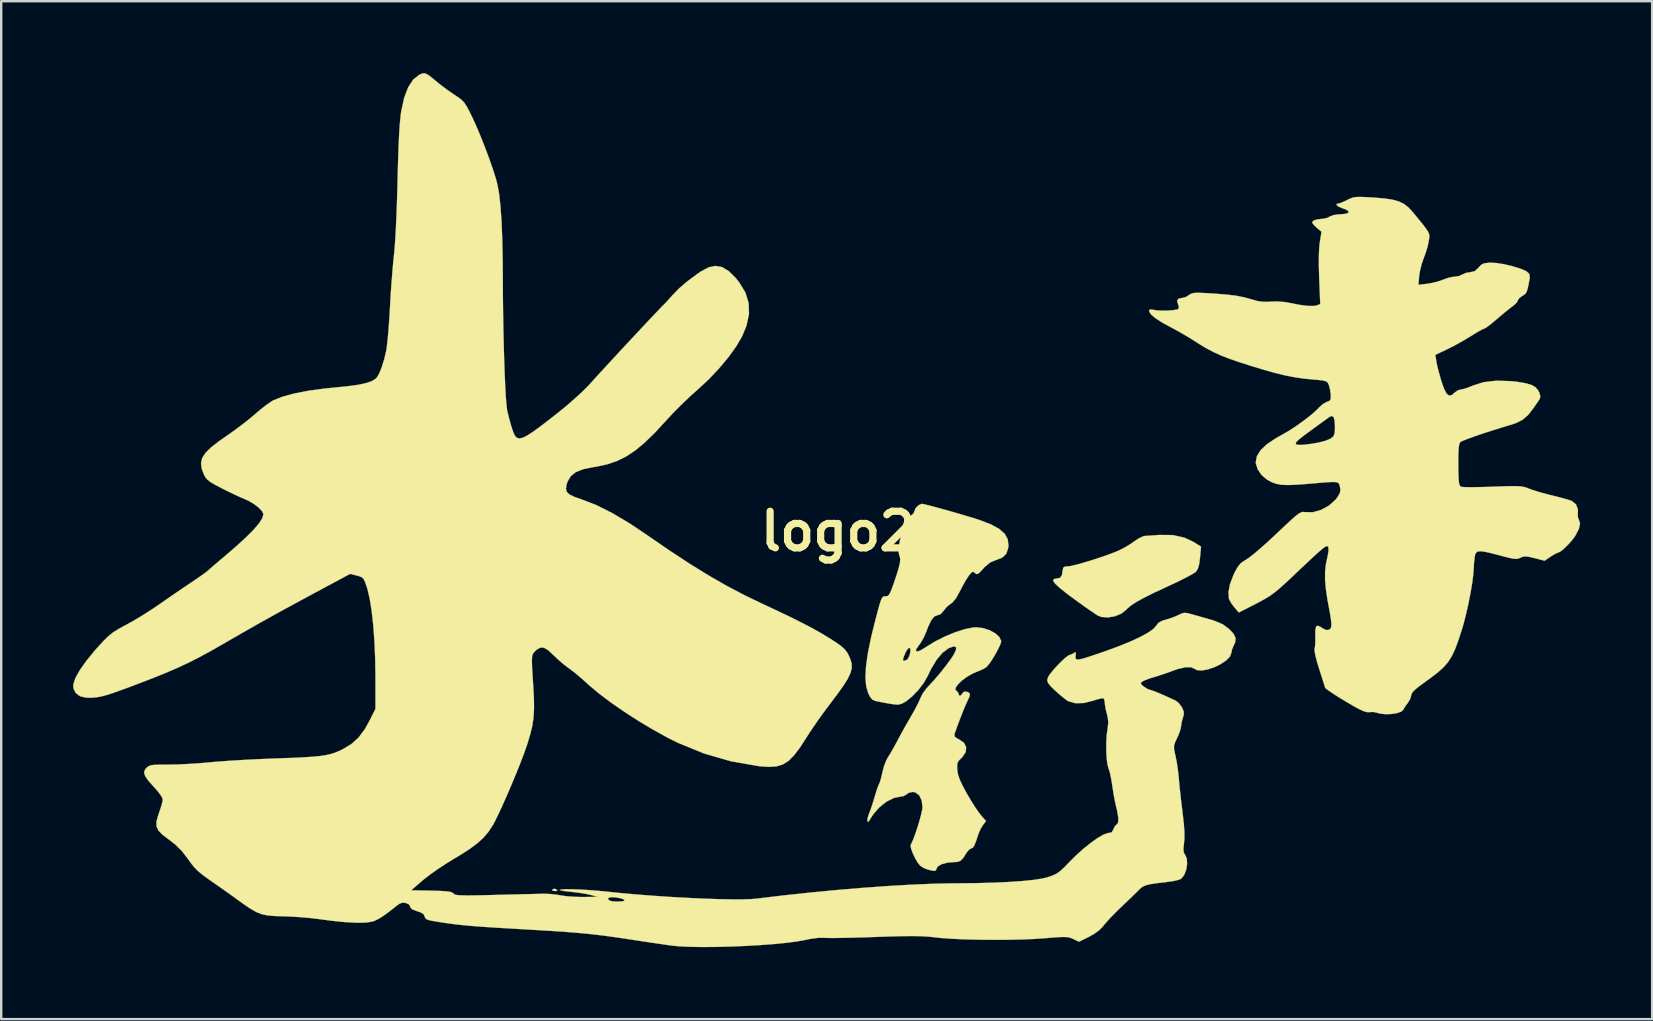
<source format=kicad_pcb>
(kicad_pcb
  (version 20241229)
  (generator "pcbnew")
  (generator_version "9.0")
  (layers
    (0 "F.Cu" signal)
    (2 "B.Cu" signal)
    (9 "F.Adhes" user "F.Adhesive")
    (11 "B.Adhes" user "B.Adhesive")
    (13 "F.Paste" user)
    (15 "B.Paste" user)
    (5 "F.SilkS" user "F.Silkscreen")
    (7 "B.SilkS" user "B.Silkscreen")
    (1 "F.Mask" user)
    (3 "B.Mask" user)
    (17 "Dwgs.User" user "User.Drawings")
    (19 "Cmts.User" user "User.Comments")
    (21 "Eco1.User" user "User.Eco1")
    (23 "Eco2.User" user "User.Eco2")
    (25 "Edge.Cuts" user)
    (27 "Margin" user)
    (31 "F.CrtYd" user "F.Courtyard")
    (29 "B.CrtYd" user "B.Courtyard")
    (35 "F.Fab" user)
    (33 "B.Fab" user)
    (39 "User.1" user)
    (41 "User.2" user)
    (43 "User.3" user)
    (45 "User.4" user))
  (footprint "logo2"
    (layer "F.Cu")
    (at 31.862 19.082)
    (property "Reference" "logo2" (at 0 0 0) (layer "F.SilkS") (effects (font (size 1.524 1.524) (thickness 0.3))))
    (attr through_hole)
    (fp_poly (pts (xy -11.777 14.9) (xy -11.691 14.95) (xy -11.728 14.98) (xy -11.815 14.986) (xy -11.903 14.963) (xy -11.908 14.925) (xy -11.825 14.891) (xy -11.777 14.9)) (stroke (width 0.01) (type solid)) (fill yes) (layer "F.SilkS"))
    (fp_poly (pts (xy 13.939 0.157) (xy 14.428 0.264) (xy 14.815 0.449) (xy 15.12 0.64) (xy 15.078 1.098) (xy 15.041 1.377) (xy 14.988 1.561) (xy 14.908 1.683) (xy 14.9 1.691) (xy 14.799 1.76) (xy 14.604 1.869) (xy 14.335 2.008) (xy 14.014 2.164) (xy 13.691 2.313) (xy 13.166 2.557) (xy 12.75 2.765) (xy 12.43 2.941) (xy 12.198 3.093) (xy 12.04 3.227) (xy 12.002 3.269) (xy 11.801 3.43) (xy 11.531 3.54) (xy 11.238 3.589) (xy 10.966 3.567) (xy 10.831 3.516) (xy 10.714 3.443) (xy 10.519 3.31) (xy 10.268 3.135) (xy 9.986 2.933) (xy 9.862 2.843) (xy 9.485 2.562) (xy 9.212 2.342) (xy 9.039 2.178) (xy 8.962 2.065) (xy 8.976 1.997) (xy 9.077 1.97) (xy 9.114 1.968) (xy 9.25 1.936) (xy 9.326 1.823) (xy 9.357 1.62) (xy 9.383 1.509) (xy 9.469 1.466) (xy 9.575 1.461) (xy 9.721 1.44) (xy 9.958 1.383) (xy 10.259 1.298) (xy 10.599 1.194) (xy 10.948 1.08) (xy 11.281 0.963) (xy 11.571 0.852) (xy 11.7 0.798) (xy 11.958 0.666) (xy 12.224 0.501) (xy 12.329 0.426) (xy 12.516 0.301) (xy 12.688 0.217) (xy 12.772 0.195) (xy 12.91 0.186) (xy 13.128 0.171) (xy 13.378 0.152) (xy 13.38 0.152) (xy 13.939 0.157)) (stroke (width 0.01) (type solid)) (fill yes) (layer "F.SilkS"))
    (fp_poly (pts (xy 3.586 -1.126) (xy 3.779 -1.079) (xy 4.048 -1.008) (xy 4.369 -0.921) (xy 4.717 -0.823) (xy 5.07 -0.721) (xy 5.404 -0.623) (xy 5.697 -0.533) (xy 5.905 -0.466) (xy 6.368 -0.288) (xy 6.711 -0.1) (xy 6.942 0.105) (xy 7.068 0.334) (xy 7.098 0.594) (xy 7.088 0.691) (xy 7.01 0.928) (xy 6.853 1.089) (xy 6.595 1.194) (xy 6.574 1.199) (xy 6.337 1.297) (xy 6.118 1.477) (xy 6.049 1.552) (xy 5.906 1.707) (xy 5.816 1.777) (xy 5.752 1.778) (xy 5.702 1.737) (xy 5.631 1.686) (xy 5.565 1.708) (xy 5.469 1.819) (xy 5.444 1.851) (xy 5.335 2.018) (xy 5.202 2.25) (xy 5.074 2.497) (xy 5.074 2.497) (xy 4.907 2.796) (xy 4.75 2.98) (xy 4.69 3.021) (xy 4.533 3.141) (xy 4.403 3.302) (xy 4.274 3.449) (xy 4.153 3.493) (xy 4.014 3.545) (xy 3.881 3.706) (xy 3.748 3.984) (xy 3.68 4.168) (xy 3.574 4.414) (xy 3.438 4.651) (xy 3.366 4.749) (xy 3.257 4.908) (xy 3.244 4.994) (xy 3.321 5.005) (xy 3.479 4.936) (xy 3.634 4.839) (xy 4.021 4.6) (xy 4.444 4.386) (xy 4.872 4.208) (xy 5.276 4.078) (xy 5.623 4.009) (xy 5.759 4) (xy 6.043 4.034) (xy 6.316 4.123) (xy 6.551 4.252) (xy 6.719 4.405) (xy 6.793 4.566) (xy 6.795 4.588) (xy 6.761 4.707) (xy 6.674 4.895) (xy 6.554 5.118) (xy 6.419 5.341) (xy 6.29 5.53) (xy 6.187 5.65) (xy 6.182 5.655) (xy 6.044 5.739) (xy 5.856 5.822) (xy 5.82 5.835) (xy 5.584 5.937) (xy 5.357 6.071) (xy 5.156 6.221) (xy 4.998 6.372) (xy 4.902 6.506) (xy 4.886 6.607) (xy 4.938 6.652) (xy 5.01 6.73) (xy 5.016 6.768) (xy 5.05 6.849) (xy 5.119 6.835) (xy 5.166 6.763) (xy 5.254 6.677) (xy 5.395 6.694) (xy 5.451 6.723) (xy 5.493 6.779) (xy 5.476 6.879) (xy 5.401 7.042) (xy 5.319 7.22) (xy 5.211 7.479) (xy 5.092 7.783) (xy 4.976 8.092) (xy 4.878 8.367) (xy 4.847 8.462) (xy 4.856 8.554) (xy 4.965 8.635) (xy 5.033 8.666) (xy 5.24 8.804) (xy 5.335 8.988) (xy 5.317 9.195) (xy 5.182 9.402) (xy 5.137 9.445) (xy 5.02 9.562) (xy 4.967 9.672) (xy 4.959 9.828) (xy 4.967 9.946) (xy 4.998 10.134) (xy 5.067 10.342) (xy 5.187 10.599) (xy 5.366 10.93) (xy 5.536 11.217) (xy 5.707 11.488) (xy 5.858 11.709) (xy 5.952 11.83) (xy 6.164 12.071) (xy 6.039 12.231) (xy 5.933 12.404) (xy 5.846 12.61) (xy 5.841 12.625) (xy 5.747 12.911) (xy 5.672 13.092) (xy 5.606 13.185) (xy 5.548 13.208) (xy 5.46 13.258) (xy 5.357 13.382) (xy 5.337 13.414) (xy 5.21 13.613) (xy 5.103 13.724) (xy 4.983 13.771) (xy 4.839 13.78) (xy 4.552 13.803) (xy 4.315 13.867) (xy 4.157 13.96) (xy 4.109 14.035) (xy 4.082 14.114) (xy 4.032 14.146) (xy 3.925 14.135) (xy 3.76 14.098) (xy 3.57 14.026) (xy 3.419 13.93) (xy 3.32 13.808) (xy 3.214 13.627) (xy 3.118 13.424) (xy 3.047 13.236) (xy 3.019 13.101) (xy 3.026 13.065) (xy 3.102 12.907) (xy 3.195 12.666) (xy 3.293 12.378) (xy 3.385 12.077) (xy 3.46 11.8) (xy 3.506 11.583) (xy 3.516 11.493) (xy 3.483 11.213) (xy 3.382 11.001) (xy 3.227 10.88) (xy 3.112 10.858) (xy 2.953 10.891) (xy 2.857 10.954) (xy 2.735 11.029) (xy 2.623 11.049) (xy 2.328 11.106) (xy 2.017 11.262) (xy 1.72 11.498) (xy 1.463 11.792) (xy 1.333 12.001) (xy 1.264 12.098) (xy 1.226 12.092) (xy 1.22 12.007) (xy 1.252 11.864) (xy 1.292 11.758) (xy 1.359 11.58) (xy 1.442 11.331) (xy 1.524 11.064) (xy 1.528 11.049) (xy 1.599 10.814) (xy 1.664 10.625) (xy 1.71 10.518) (xy 1.715 10.509) (xy 1.753 10.417) (xy 1.802 10.24) (xy 1.845 10.044) (xy 1.912 9.789) (xy 2.005 9.549) (xy 2.076 9.418) (xy 2.178 9.254) (xy 2.312 9.021) (xy 2.452 8.764) (xy 2.481 8.709) (xy 2.637 8.417) (xy 2.825 8.08) (xy 3.008 7.761) (xy 3.045 7.698) (xy 3.192 7.439) (xy 3.32 7.194) (xy 3.41 7) (xy 3.433 6.941) (xy 3.522 6.764) (xy 3.668 6.56) (xy 3.771 6.446) (xy 4.01 6.188) (xy 4.268 5.884) (xy 4.515 5.572) (xy 4.721 5.288) (xy 4.819 5.136) (xy 4.914 4.938) (xy 4.914 4.824) (xy 4.822 4.796) (xy 4.638 4.857) (xy 4.583 4.884) (xy 4.346 5.063) (xy 4.105 5.353) (xy 3.872 5.739) (xy 3.73 6.034) (xy 3.571 6.314) (xy 3.346 6.607) (xy 3.089 6.876) (xy 2.834 7.082) (xy 2.733 7.143) (xy 2.642 7.186) (xy 2.554 7.212) (xy 2.447 7.219) (xy 2.296 7.205) (xy 2.079 7.17) (xy 1.773 7.112) (xy 1.565 7.071) (xy 1.433 7.016) (xy 1.328 6.889) (xy 1.256 6.746) (xy 1.171 6.457) (xy 1.14 6.089) (xy 1.163 5.635) (xy 1.202 5.356) (xy 2.701 5.356) (xy 2.74 5.397) (xy 2.756 5.397) (xy 2.869 5.352) (xy 2.904 5.318) (xy 2.973 5.186) (xy 3.012 5.03) (xy 3.012 4.902) (xy 2.988 4.86) (xy 2.914 4.88) (xy 2.823 5.021) (xy 2.732 5.234) (xy 2.701 5.356) (xy 1.202 5.356) (xy 1.24 5.086) (xy 1.372 4.436) (xy 1.501 3.905) (xy 1.607 3.492) (xy 1.689 3.186) (xy 1.752 2.971) (xy 1.803 2.832) (xy 1.847 2.752) (xy 1.892 2.715) (xy 1.943 2.707) (xy 1.968 2.707) (xy 2.05 2.701) (xy 2.114 2.654) (xy 2.177 2.545) (xy 2.254 2.351) (xy 2.308 2.199) (xy 2.441 1.81) (xy 2.529 1.519) (xy 2.577 1.307) (xy 2.589 1.155) (xy 2.568 1.042) (xy 2.549 1) (xy 2.518 0.841) (xy 2.534 0.605) (xy 2.588 0.323) (xy 2.67 0.026) (xy 2.772 -0.252) (xy 2.884 -0.481) (xy 2.996 -0.628) (xy 3.04 -0.658) (xy 3.146 -0.747) (xy 3.175 -0.825) (xy 3.226 -0.957) (xy 3.343 -1.08) (xy 3.475 -1.142) (xy 3.49 -1.143) (xy 3.586 -1.126)) (stroke (width 0.01) (type solid)) (fill yes) (layer "F.SilkS"))
    (fp_poly (pts (xy 22.033 -13.918) (xy 22.264 -13.905) (xy 22.723 -13.869) (xy 23.08 -13.818) (xy 23.357 -13.742) (xy 23.578 -13.634) (xy 23.768 -13.485) (xy 23.939 -13.297) (xy 24.194 -12.987) (xy 24.379 -12.759) (xy 24.505 -12.593) (xy 24.582 -12.472) (xy 24.621 -12.378) (xy 24.631 -12.293) (xy 24.622 -12.198) (xy 24.609 -12.105) (xy 24.56 -11.87) (xy 24.476 -11.593) (xy 24.405 -11.404) (xy 24.309 -11.127) (xy 24.235 -10.824) (xy 24.208 -10.642) (xy 24.174 -10.267) (xy 24.544 -10.311) (xy 24.81 -10.359) (xy 25.078 -10.434) (xy 25.197 -10.479) (xy 25.412 -10.556) (xy 25.619 -10.6) (xy 25.682 -10.604) (xy 25.867 -10.634) (xy 26.007 -10.698) (xy 26.16 -10.766) (xy 26.332 -10.793) (xy 26.518 -10.835) (xy 26.675 -10.976) (xy 26.684 -10.986) (xy 26.79 -11.101) (xy 26.908 -11.161) (xy 27.087 -11.185) (xy 27.18 -11.19) (xy 27.431 -11.175) (xy 27.741 -11.125) (xy 28.07 -11.049) (xy 28.375 -10.958) (xy 28.614 -10.862) (xy 28.688 -10.821) (xy 28.795 -10.721) (xy 28.816 -10.589) (xy 28.807 -10.52) (xy 28.754 -10.234) (xy 28.708 -10.047) (xy 28.657 -9.931) (xy 28.589 -9.858) (xy 28.504 -9.807) (xy 28.377 -9.716) (xy 28.321 -9.627) (xy 28.321 -9.623) (xy 28.273 -9.532) (xy 28.154 -9.418) (xy 28.115 -9.389) (xy 27.974 -9.281) (xy 27.772 -9.118) (xy 27.545 -8.928) (xy 27.448 -8.845) (xy 27.243 -8.672) (xy 27.07 -8.537) (xy 26.953 -8.458) (xy 26.921 -8.445) (xy 26.84 -8.413) (xy 26.682 -8.327) (xy 26.473 -8.201) (xy 26.365 -8.133) (xy 26.064 -7.952) (xy 25.723 -7.762) (xy 25.411 -7.602) (xy 25.378 -7.586) (xy 24.88 -7.35) (xy 24.921 -7.077) (xy 24.959 -6.889) (xy 25.025 -6.628) (xy 25.106 -6.34) (xy 25.135 -6.243) (xy 25.246 -5.93) (xy 25.349 -5.735) (xy 25.454 -5.653) (xy 25.568 -5.675) (xy 25.683 -5.776) (xy 25.822 -5.874) (xy 25.942 -5.905) (xy 26.074 -5.931) (xy 26.272 -5.998) (xy 26.441 -6.069) (xy 26.889 -6.212) (xy 27.427 -6.274) (xy 28.046 -6.254) (xy 28.281 -6.228) (xy 28.635 -6.169) (xy 28.886 -6.097) (xy 29.055 -6) (xy 29.167 -5.866) (xy 29.211 -5.776) (xy 29.255 -5.622) (xy 29.223 -5.502) (xy 29.186 -5.446) (xy 29.07 -5.28) (xy 28.976 -5.144) (xy 28.748 -4.848) (xy 28.511 -4.644) (xy 28.226 -4.502) (xy 28.037 -4.44) (xy 27.639 -4.321) (xy 27.239 -4.196) (xy 26.858 -4.072) (xy 26.516 -3.956) (xy 26.233 -3.853) (xy 26.029 -3.772) (xy 25.924 -3.72) (xy 25.919 -3.716) (xy 25.878 -3.632) (xy 25.852 -3.463) (xy 25.839 -3.194) (xy 25.836 -2.914) (xy 25.839 -2.532) (xy 25.846 -2.258) (xy 25.859 -2.072) (xy 25.88 -1.955) (xy 25.912 -1.888) (xy 25.949 -1.855) (xy 26.033 -1.843) (xy 26.223 -1.837) (xy 26.498 -1.838) (xy 26.837 -1.844) (xy 27.219 -1.855) (xy 27.251 -1.857) (xy 27.681 -1.872) (xy 28.004 -1.881) (xy 28.243 -1.881) (xy 28.419 -1.872) (xy 28.552 -1.852) (xy 28.664 -1.822) (xy 28.776 -1.778) (xy 28.779 -1.776) (xy 28.971 -1.707) (xy 29.244 -1.624) (xy 29.555 -1.539) (xy 29.742 -1.493) (xy 30.033 -1.421) (xy 30.292 -1.351) (xy 30.485 -1.293) (xy 30.563 -1.264) (xy 30.739 -1.12) (xy 30.821 -0.909) (xy 30.815 -0.741) (xy 30.818 -0.58) (xy 30.861 -0.477) (xy 30.908 -0.324) (xy 30.861 -0.104) (xy 30.723 0.166) (xy 30.698 0.206) (xy 30.564 0.385) (xy 30.398 0.569) (xy 30.229 0.733) (xy 30.084 0.848) (xy 29.997 0.887) (xy 29.906 0.922) (xy 29.756 1.007) (xy 29.679 1.057) (xy 29.432 1.226) (xy 29.015 1.119) (xy 28.78 1.063) (xy 28.626 1.045) (xy 28.513 1.063) (xy 28.425 1.101) (xy 28.338 1.138) (xy 28.239 1.151) (xy 28.102 1.137) (xy 27.9 1.093) (xy 27.606 1.017) (xy 27.572 1.008) (xy 27.201 0.911) (xy 26.933 0.851) (xy 26.75 0.83) (xy 26.635 0.847) (xy 26.568 0.904) (xy 26.532 1.003) (xy 26.52 1.064) (xy 26.492 1.299) (xy 26.48 1.533) (xy 26.48 1.535) (xy 26.463 1.793) (xy 26.418 2.141) (xy 26.349 2.549) (xy 26.264 2.985) (xy 26.168 3.417) (xy 26.068 3.813) (xy 26.001 4.045) (xy 25.847 4.522) (xy 25.708 4.9) (xy 25.566 5.202) (xy 25.406 5.453) (xy 25.211 5.676) (xy 24.965 5.894) (xy 24.651 6.133) (xy 24.475 6.259) (xy 24.199 6.462) (xy 24.017 6.612) (xy 23.914 6.725) (xy 23.877 6.814) (xy 23.876 6.83) (xy 23.837 6.976) (xy 23.74 7.139) (xy 23.728 7.155) (xy 23.618 7.303) (xy 23.547 7.427) (xy 23.543 7.436) (xy 23.454 7.516) (xy 23.275 7.576) (xy 23.044 7.612) (xy 22.797 7.619) (xy 22.569 7.593) (xy 22.447 7.557) (xy 22.291 7.526) (xy 22.13 7.533) (xy 22.032 7.533) (xy 21.906 7.499) (xy 21.733 7.421) (xy 21.494 7.293) (xy 21.171 7.104) (xy 21.125 7.077) (xy 20.838 6.901) (xy 20.593 6.744) (xy 20.409 6.618) (xy 20.305 6.537) (xy 20.29 6.518) (xy 20.264 6.432) (xy 20.207 6.251) (xy 20.128 6.003) (xy 20.038 5.722) (xy 19.946 5.419) (xy 19.881 5.162) (xy 19.848 4.978) (xy 19.85 4.897) (xy 19.87 4.783) (xy 19.881 4.587) (xy 19.879 4.366) (xy 19.881 4.11) (xy 19.913 3.969) (xy 19.985 3.932) (xy 20.106 3.988) (xy 20.165 4.03) (xy 20.336 4.116) (xy 20.472 4.098) (xy 20.542 4.001) (xy 20.55 3.88) (xy 20.532 3.675) (xy 20.494 3.428) (xy 20.485 3.382) (xy 20.384 2.835) (xy 20.318 2.386) (xy 20.286 2.008) (xy 20.288 1.677) (xy 20.322 1.368) (xy 20.388 1.057) (xy 20.394 1.034) (xy 20.428 0.845) (xy 20.43 0.695) (xy 20.423 0.664) (xy 20.401 0.626) (xy 20.366 0.614) (xy 20.306 0.636) (xy 20.21 0.702) (xy 20.07 0.819) (xy 19.872 0.996) (xy 19.608 1.242) (xy 19.265 1.565) (xy 19.152 1.672) (xy 18.812 1.994) (xy 18.541 2.244) (xy 18.321 2.437) (xy 18.129 2.589) (xy 17.946 2.717) (xy 17.749 2.835) (xy 17.518 2.96) (xy 17.282 3.082) (xy 16.693 3.383) (xy 16.507 3.168) (xy 16.382 3.001) (xy 16.295 2.844) (xy 16.281 2.806) (xy 16.262 2.536) (xy 16.327 2.197) (xy 16.474 1.813) (xy 16.509 1.738) (xy 16.639 1.499) (xy 16.762 1.343) (xy 16.911 1.231) (xy 16.987 1.19) (xy 17.117 1.103) (xy 17.319 0.944) (xy 17.575 0.727) (xy 17.867 0.468) (xy 18.176 0.183) (xy 18.258 0.105) (xy 18.586 -0.205) (xy 18.836 -0.438) (xy 19.022 -0.604) (xy 19.159 -0.713) (xy 19.26 -0.776) (xy 19.339 -0.804) (xy 19.41 -0.806) (xy 19.467 -0.797) (xy 19.787 -0.796) (xy 20.126 -0.893) (xy 20.449 -1.071) (xy 20.721 -1.315) (xy 20.809 -1.43) (xy 20.906 -1.601) (xy 20.925 -1.748) (xy 20.905 -1.857) (xy 20.885 -1.934) (xy 20.861 -1.99) (xy 20.816 -2.028) (xy 20.733 -2.049) (xy 20.596 -2.054) (xy 20.387 -2.044) (xy 20.091 -2.021) (xy 19.691 -1.987) (xy 19.526 -1.972) (xy 19.082 -1.939) (xy 18.738 -1.927) (xy 18.47 -1.938) (xy 18.254 -1.977) (xy 18.065 -2.046) (xy 17.877 -2.147) (xy 17.859 -2.158) (xy 17.641 -2.344) (xy 17.479 -2.583) (xy 17.402 -2.831) (xy 17.399 -2.882) (xy 17.449 -3.133) (xy 17.601 -3.379) (xy 17.864 -3.626) (xy 17.92 -3.664) (xy 19.061 -3.664) (xy 19.085 -3.623) (xy 19.122 -3.606) (xy 19.247 -3.597) (xy 19.458 -3.611) (xy 19.714 -3.644) (xy 19.977 -3.689) (xy 20.21 -3.743) (xy 20.317 -3.776) (xy 20.521 -3.861) (xy 20.636 -3.956) (xy 20.687 -4.1) (xy 20.699 -4.33) (xy 20.699 -4.35) (xy 20.684 -4.616) (xy 20.637 -4.766) (xy 20.555 -4.804) (xy 20.46 -4.758) (xy 20.361 -4.686) (xy 20.185 -4.558) (xy 19.955 -4.392) (xy 19.698 -4.205) (xy 19.693 -4.201) (xy 19.404 -3.988) (xy 19.21 -3.836) (xy 19.099 -3.731) (xy 19.061 -3.664) (xy 17.92 -3.664) (xy 18.242 -3.88) (xy 18.502 -4.025) (xy 18.799 -4.198) (xy 19.122 -4.411) (xy 19.442 -4.641) (xy 19.729 -4.867) (xy 19.951 -5.066) (xy 20.032 -5.153) (xy 20.184 -5.293) (xy 20.346 -5.386) (xy 20.368 -5.393) (xy 20.481 -5.439) (xy 20.525 -5.52) (xy 20.525 -5.681) (xy 20.524 -5.689) (xy 20.495 -5.902) (xy 20.445 -6.091) (xy 20.439 -6.107) (xy 20.399 -6.189) (xy 20.338 -6.242) (xy 20.228 -6.276) (xy 20.042 -6.301) (xy 19.822 -6.32) (xy 19.412 -6.359) (xy 19.024 -6.415) (xy 18.629 -6.492) (xy 18.197 -6.598) (xy 17.697 -6.739) (xy 17.289 -6.863) (xy 16.757 -7.031) (xy 16.322 -7.18) (xy 15.959 -7.321) (xy 15.642 -7.465) (xy 15.344 -7.622) (xy 15.039 -7.805) (xy 14.886 -7.904) (xy 14.583 -8.093) (xy 14.248 -8.289) (xy 13.939 -8.459) (xy 13.848 -8.506) (xy 13.492 -8.7) (xy 13.216 -8.881) (xy 13.033 -9.038) (xy 12.956 -9.164) (xy 12.954 -9.183) (xy 12.985 -9.241) (xy 13.097 -9.233) (xy 13.129 -9.225) (xy 13.29 -9.2) (xy 13.511 -9.19) (xy 13.75 -9.195) (xy 13.969 -9.212) (xy 14.127 -9.24) (xy 14.179 -9.264) (xy 14.197 -9.362) (xy 14.163 -9.456) (xy 14.121 -9.607) (xy 14.188 -9.694) (xy 14.314 -9.716) (xy 14.47 -9.754) (xy 14.616 -9.838) (xy 14.684 -9.885) (xy 14.761 -9.916) (xy 14.871 -9.932) (xy 15.034 -9.935) (xy 15.274 -9.925) (xy 15.613 -9.905) (xy 15.72 -9.898) (xy 16.203 -9.859) (xy 16.588 -9.812) (xy 16.905 -9.75) (xy 17.145 -9.683) (xy 17.447 -9.597) (xy 17.693 -9.559) (xy 17.941 -9.561) (xy 18.006 -9.567) (xy 18.306 -9.574) (xy 18.616 -9.549) (xy 18.737 -9.528) (xy 19.192 -9.438) (xy 19.555 -9.39) (xy 19.817 -9.386) (xy 19.933 -9.408) (xy 20.085 -9.466) (xy 20.042 -10.537) (xy 20.027 -11.083) (xy 20.03 -11.542) (xy 20.05 -11.9) (xy 20.068 -12.043) (xy 20.138 -12.478) (xy 19.943 -12.641) (xy 19.819 -12.761) (xy 19.752 -12.855) (xy 19.748 -12.872) (xy 19.806 -12.94) (xy 19.957 -12.992) (xy 20.166 -13.016) (xy 20.197 -13.017) (xy 20.374 -13.054) (xy 20.482 -13.111) (xy 20.625 -13.169) (xy 20.84 -13.202) (xy 20.939 -13.206) (xy 21.16 -13.226) (xy 21.265 -13.275) (xy 21.252 -13.344) (xy 21.117 -13.421) (xy 21.018 -13.454) (xy 20.861 -13.518) (xy 20.772 -13.585) (xy 20.768 -13.636) (xy 20.844 -13.652) (xy 20.944 -13.68) (xy 21.108 -13.751) (xy 21.21 -13.802) (xy 21.338 -13.864) (xy 21.454 -13.905) (xy 21.589 -13.925) (xy 21.773 -13.929) (xy 22.033 -13.918)) (stroke (width 0.01) (type solid)) (fill yes) (layer "F.SilkS"))
    (fp_poly (pts (xy -17.195 -19.073) (xy -17.054 -18.998) (xy -16.854 -18.841) (xy -16.806 -18.799) (xy -16.563 -18.601) (xy -16.274 -18.384) (xy -16.004 -18.198) (xy -15.81 -18.069) (xy -15.67 -17.959) (xy -15.56 -17.838) (xy -15.457 -17.677) (xy -15.338 -17.449) (xy -15.245 -17.259) (xy -15.075 -16.89) (xy -14.893 -16.458) (xy -14.709 -15.994) (xy -14.535 -15.529) (xy -14.382 -15.091) (xy -14.262 -14.713) (xy -14.193 -14.456) (xy -14.122 -14.061) (xy -14.064 -13.546) (xy -14.02 -12.912) (xy -13.989 -12.156) (xy -13.971 -11.276) (xy -13.966 -10.579) (xy -13.963 -9.858) (xy -13.955 -9.137) (xy -13.943 -8.432) (xy -13.927 -7.756) (xy -13.909 -7.122) (xy -13.888 -6.544) (xy -13.865 -6.034) (xy -13.841 -5.608) (xy -13.815 -5.278) (xy -13.789 -5.057) (xy -13.781 -5.016) (xy -13.718 -4.755) (xy -13.636 -4.455) (xy -13.579 -4.27) (xy -13.518 -4.096) (xy -13.453 -3.968) (xy -13.372 -3.89) (xy -13.267 -3.867) (xy -13.125 -3.901) (xy -12.936 -3.997) (xy -12.689 -4.158) (xy -12.374 -4.39) (xy -11.979 -4.694) (xy -11.62 -4.976) (xy -11.293 -5.244) (xy -10.962 -5.533) (xy -10.657 -5.813) (xy -10.409 -6.059) (xy -10.319 -6.157) (xy -10.174 -6.319) (xy -9.968 -6.545) (xy -9.714 -6.821) (xy -9.424 -7.136) (xy -9.111 -7.474) (xy -8.787 -7.823) (xy -8.464 -8.169) (xy -8.156 -8.499) (xy -7.874 -8.799) (xy -7.632 -9.056) (xy -7.441 -9.256) (xy -7.315 -9.387) (xy -7.27 -9.43) (xy -7.192 -9.509) (xy -7.061 -9.652) (xy -6.924 -9.808) (xy -6.645 -10.099) (xy -6.306 -10.392) (xy -5.884 -10.707) (xy -5.724 -10.817) (xy -5.406 -10.991) (xy -5.114 -11.055) (xy -4.835 -11.007) (xy -4.559 -10.843) (xy -4.272 -10.56) (xy -4.117 -10.367) (xy -3.86 -9.944) (xy -3.725 -9.507) (xy -3.711 -9.048) (xy -3.816 -8.561) (xy -3.999 -8.121) (xy -4.237 -7.712) (xy -4.561 -7.261) (xy -4.948 -6.796) (xy -5.375 -6.343) (xy -5.82 -5.929) (xy -5.843 -5.909) (xy -6.17 -5.617) (xy -6.529 -5.273) (xy -6.876 -4.923) (xy -7.146 -4.633) (xy -7.619 -4.12) (xy -8.044 -3.704) (xy -8.439 -3.375) (xy -8.822 -3.12) (xy -9.209 -2.929) (xy -9.62 -2.79) (xy -10.071 -2.692) (xy -10.215 -2.669) (xy -10.622 -2.586) (xy -10.922 -2.467) (xy -11.131 -2.301) (xy -11.266 -2.077) (xy -11.309 -1.948) (xy -11.337 -1.775) (xy -11.303 -1.642) (xy -11.192 -1.534) (xy -10.986 -1.434) (xy -10.7 -1.334) (xy -10.086 -1.098) (xy -9.409 -0.76) (xy -8.665 -0.317) (xy -7.938 0.171) (xy -7.025 0.799) (xy -6.185 1.351) (xy -5.397 1.837) (xy -4.643 2.27) (xy -3.903 2.66) (xy -3.175 3.011) (xy -2.514 3.32) (xy -1.954 3.588) (xy -1.478 3.826) (xy -1.068 4.041) (xy -0.708 4.243) (xy -0.381 4.44) (xy -0.349 4.46) (xy -0.058 4.648) (xy 0.145 4.795) (xy 0.283 4.923) (xy 0.379 5.052) (xy 0.429 5.141) (xy 0.517 5.34) (xy 0.566 5.522) (xy 0.568 5.704) (xy 0.517 5.903) (xy 0.409 6.133) (xy 0.236 6.412) (xy -0.008 6.755) (xy -0.327 7.178) (xy -0.335 7.188) (xy -0.584 7.521) (xy -0.842 7.881) (xy -1.081 8.227) (xy -1.274 8.521) (xy -1.304 8.57) (xy -1.582 9) (xy -1.828 9.327) (xy -2.06 9.56) (xy -2.297 9.711) (xy -2.56 9.792) (xy -2.866 9.815) (xy -3.236 9.791) (xy -3.317 9.781) (xy -4.465 9.579) (xy -5.588 9.255) (xy -6.673 8.811) (xy -7.08 8.609) (xy -7.688 8.274) (xy -8.304 7.906) (xy -8.905 7.518) (xy -9.467 7.129) (xy -9.967 6.752) (xy -10.38 6.406) (xy -10.477 6.316) (xy -10.712 6.105) (xy -10.958 5.899) (xy -11.172 5.736) (xy -11.208 5.711) (xy -11.423 5.549) (xy -11.666 5.341) (xy -11.853 5.162) (xy -12.076 4.955) (xy -12.253 4.851) (xy -12.404 4.845) (xy -12.552 4.93) (xy -12.608 4.982) (xy -12.665 5.04) (xy -12.708 5.096) (xy -12.736 5.166) (xy -12.751 5.27) (xy -12.754 5.425) (xy -12.747 5.65) (xy -12.729 5.963) (xy -12.703 6.381) (xy -12.698 6.456) (xy -12.671 6.968) (xy -12.666 7.388) (xy -12.686 7.751) (xy -12.736 8.092) (xy -12.82 8.444) (xy -12.94 8.843) (xy -12.989 8.991) (xy -13.104 9.313) (xy -13.254 9.702) (xy -13.428 10.135) (xy -13.617 10.588) (xy -13.811 11.037) (xy -13.998 11.457) (xy -14.168 11.823) (xy -14.311 12.112) (xy -14.39 12.255) (xy -14.569 12.526) (xy -14.778 12.77) (xy -15.037 13.005) (xy -15.366 13.247) (xy -15.785 13.513) (xy -15.988 13.634) (xy -16.332 13.846) (xy -16.684 14.078) (xy -17.006 14.306) (xy -17.261 14.504) (xy -17.306 14.541) (xy -17.781 14.954) (xy -16.939 14.971) (xy -16.582 14.981) (xy -16.331 14.996) (xy -16.167 15.018) (xy -16.069 15.05) (xy -16.022 15.089) (xy -15.987 15.12) (xy -15.926 15.143) (xy -15.822 15.158) (xy -15.663 15.167) (xy -15.432 15.17) (xy -15.116 15.167) (xy -14.699 15.159) (xy -14.275 15.148) (xy -13.806 15.137) (xy -13.36 15.126) (xy -12.959 15.116) (xy -12.625 15.108) (xy -12.377 15.102) (xy -12.255 15.099) (xy -11.973 15.11) (xy -11.672 15.146) (xy -11.564 15.166) (xy -11.342 15.199) (xy -11.045 15.223) (xy -10.726 15.234) (xy -10.612 15.234) (xy -10.001 15.228) (xy -10.319 15.145) (xy -10.546 15.097) (xy -10.837 15.052) (xy -11.13 15.018) (xy -11.133 15.018) (xy -11.36 14.993) (xy -11.523 14.967) (xy -11.595 14.944) (xy -11.594 14.939) (xy -11.508 14.918) (xy -11.317 14.91) (xy -11.042 14.913) (xy -10.705 14.926) (xy -10.327 14.95) (xy -9.93 14.982) (xy -9.588 15.016) (xy -8.973 15.079) (xy -8.317 15.136) (xy -7.637 15.188) (xy -6.95 15.233) (xy -6.274 15.271) (xy -5.625 15.301) (xy -5.019 15.322) (xy -4.475 15.333) (xy -4.009 15.334) (xy -3.637 15.323) (xy -3.406 15.304) (xy -2.312 15.173) (xy -1.202 15.054) (xy -0.094 14.947) (xy 0.992 14.856) (xy 2.036 14.78) (xy 3.018 14.723) (xy 3.919 14.684) (xy 4.719 14.666) (xy 4.893 14.665) (xy 5.708 14.658) (xy 6.453 14.638) (xy 7.118 14.608) (xy 7.693 14.568) (xy 8.169 14.519) (xy 8.535 14.46) (xy 8.725 14.413) (xy 8.938 14.34) (xy 9.105 14.261) (xy 9.259 14.15) (xy 9.435 13.986) (xy 9.614 13.799) (xy 9.908 13.506) (xy 10.217 13.229) (xy 10.521 12.984) (xy 10.802 12.783) (xy 11.039 12.643) (xy 11.214 12.576) (xy 11.248 12.573) (xy 11.393 12.543) (xy 11.462 12.435) (xy 11.466 12.419) (xy 11.529 12.287) (xy 11.594 12.23) (xy 11.666 12.136) (xy 11.675 11.934) (xy 11.622 11.627) (xy 11.589 11.493) (xy 11.535 11.257) (xy 11.478 10.954) (xy 11.43 10.646) (xy 11.424 10.604) (xy 11.381 10.33) (xy 11.329 10.081) (xy 11.277 9.904) (xy 11.265 9.874) (xy 11.219 9.701) (xy 11.187 9.438) (xy 11.172 9.122) (xy 11.173 8.788) (xy 11.192 8.474) (xy 11.227 8.229) (xy 11.258 7.949) (xy 11.221 7.69) (xy 11.202 7.625) (xy 11.148 7.411) (xy 11.116 7.217) (xy 11.113 7.163) (xy 11.094 7.025) (xy 11.058 6.959) (xy 10.973 6.96) (xy 10.809 6.999) (xy 10.647 7.05) (xy 10.243 7.153) (xy 9.889 7.163) (xy 9.601 7.082) (xy 9.557 7.058) (xy 9.413 6.954) (xy 9.222 6.796) (xy 9.025 6.619) (xy 8.847 6.444) (xy 8.75 6.322) (xy 8.715 6.225) (xy 8.726 6.125) (xy 8.788 6.006) (xy 8.915 5.838) (xy 9.083 5.646) (xy 9.267 5.455) (xy 9.442 5.29) (xy 9.585 5.178) (xy 9.664 5.144) (xy 9.785 5.102) (xy 9.835 5.064) (xy 9.89 5.031) (xy 9.902 5.095) (xy 9.896 5.175) (xy 9.89 5.259) (xy 9.905 5.316) (xy 9.955 5.342) (xy 10.055 5.337) (xy 10.22 5.298) (xy 10.465 5.222) (xy 10.804 5.108) (xy 11.113 5.002) (xy 11.671 4.798) (xy 12.165 4.597) (xy 12.582 4.404) (xy 12.91 4.224) (xy 13.138 4.064) (xy 13.255 3.929) (xy 13.255 3.929) (xy 13.354 3.803) (xy 13.529 3.718) (xy 13.636 3.687) (xy 13.88 3.612) (xy 14.12 3.517) (xy 14.18 3.488) (xy 14.311 3.425) (xy 14.416 3.397) (xy 14.537 3.405) (xy 14.715 3.45) (xy 14.847 3.488) (xy 15.137 3.571) (xy 15.445 3.659) (xy 15.642 3.714) (xy 16.022 3.872) (xy 16.293 4.075) (xy 16.479 4.275) (xy 16.56 4.448) (xy 16.544 4.623) (xy 16.478 4.763) (xy 16.409 4.93) (xy 16.385 5.059) (xy 16.325 5.218) (xy 16.17 5.378) (xy 15.947 5.529) (xy 15.686 5.658) (xy 15.414 5.751) (xy 15.161 5.798) (xy 14.954 5.785) (xy 14.845 5.726) (xy 14.695 5.661) (xy 14.458 5.666) (xy 14.151 5.738) (xy 13.955 5.807) (xy 13.67 5.911) (xy 13.36 6.014) (xy 13.176 6.07) (xy 12.954 6.139) (xy 12.769 6.21) (xy 12.681 6.256) (xy 12.612 6.316) (xy 12.626 6.374) (xy 12.733 6.467) (xy 12.737 6.47) (xy 12.875 6.562) (xy 12.982 6.604) (xy 12.987 6.604) (xy 13.082 6.63) (xy 13.268 6.701) (xy 13.52 6.808) (xy 13.816 6.941) (xy 14.075 7.062) (xy 14.197 7.161) (xy 14.314 7.317) (xy 14.327 7.34) (xy 14.399 7.507) (xy 14.4 7.649) (xy 14.364 7.766) (xy 14.311 7.955) (xy 14.288 8.121) (xy 14.287 8.126) (xy 14.26 8.264) (xy 14.19 8.461) (xy 14.123 8.611) (xy 14.035 8.798) (xy 13.994 8.935) (xy 13.996 9.072) (xy 14.034 9.263) (xy 14.055 9.347) (xy 14.107 9.613) (xy 14.156 9.939) (xy 14.191 10.259) (xy 14.193 10.287) (xy 14.218 10.562) (xy 14.255 10.917) (xy 14.3 11.31) (xy 14.347 11.693) (xy 14.35 11.716) (xy 14.403 12.183) (xy 14.428 12.548) (xy 14.426 12.835) (xy 14.411 12.985) (xy 14.387 13.219) (xy 14.397 13.365) (xy 14.443 13.459) (xy 14.45 13.466) (xy 14.526 13.633) (xy 14.54 13.862) (xy 14.5 14.108) (xy 14.413 14.327) (xy 14.289 14.475) (xy 14.265 14.49) (xy 14.136 14.533) (xy 13.925 14.577) (xy 13.674 14.613) (xy 13.652 14.616) (xy 13.29 14.658) (xy 13.029 14.697) (xy 12.846 14.738) (xy 12.717 14.789) (xy 12.617 14.857) (xy 12.535 14.934) (xy 12.398 15.071) (xy 12.207 15.257) (xy 11.999 15.456) (xy 11.97 15.483) (xy 11.602 15.838) (xy 11.319 16.126) (xy 11.108 16.362) (xy 10.999 16.5) (xy 10.866 16.628) (xy 10.662 16.773) (xy 10.445 16.896) (xy 10.036 17.097) (xy 9.796 16.984) (xy 9.695 16.94) (xy 9.591 16.913) (xy 9.462 16.9) (xy 9.282 16.902) (xy 9.027 16.918) (xy 8.675 16.947) (xy 8.604 16.953) (xy 8.148 16.984) (xy 7.612 17.005) (xy 7.026 17.016) (xy 6.415 17.019) (xy 5.807 17.012) (xy 5.229 16.997) (xy 4.708 16.973) (xy 4.271 16.941) (xy 4.064 16.918) (xy 3.831 16.892) (xy 3.587 16.874) (xy 3.312 16.864) (xy 2.987 16.862) (xy 2.593 16.867) (xy 2.109 16.88) (xy 1.556 16.899) (xy 1.069 16.916) (xy 0.611 16.928) (xy 0.2 16.937) (xy -0.145 16.942) (xy -0.404 16.941) (xy -0.558 16.936) (xy -0.572 16.935) (xy -0.811 16.934) (xy -1.122 16.972) (xy -1.365 17.022) (xy -1.704 17.085) (xy -2.147 17.143) (xy -2.67 17.194) (xy -3.251 17.238) (xy -3.866 17.273) (xy -4.492 17.299) (xy -5.107 17.314) (xy -5.686 17.318) (xy -6.207 17.309) (xy -6.646 17.287) (xy -6.89 17.263) (xy -7.098 17.235) (xy -7.401 17.191) (xy -7.771 17.137) (xy -8.177 17.076) (xy -8.541 17.021) (xy -9.024 16.947) (xy -9.452 16.886) (xy -9.845 16.833) (xy -10.225 16.788) (xy -10.611 16.749) (xy -11.025 16.713) (xy -11.486 16.678) (xy -12.017 16.643) (xy -12.637 16.606) (xy -13.215 16.572) (xy -13.877 16.534) (xy -14.43 16.5) (xy -14.894 16.468) (xy -15.287 16.438) (xy -15.628 16.406) (xy -15.936 16.373) (xy -16.23 16.335) (xy -16.527 16.291) (xy -16.776 16.251) (xy -17.008 16.208) (xy -17.141 16.163) (xy -17.204 16.104) (xy -17.221 16.046) (xy -17.272 15.946) (xy -17.408 15.868) (xy -17.535 15.828) (xy -17.734 15.753) (xy -17.817 15.671) (xy -17.82 15.641) (xy -17.871 15.546) (xy -17.999 15.486) (xy -18.143 15.468) (xy -18.276 15.517) (xy -18.4 15.607) (xy -18.711 15.853) (xy -18.951 16.028) (xy -19.141 16.147) (xy -19.304 16.224) (xy -19.416 16.261) (xy -19.676 16.3) (xy -20.048 16.307) (xy -20.521 16.282) (xy -21.085 16.226) (xy -21.59 16.158) (xy -21.971 16.112) (xy -22.415 16.073) (xy -22.855 16.046) (xy -23.114 16.038) (xy -23.487 16.026) (xy -23.777 16) (xy -24.02 15.947) (xy -24.246 15.856) (xy -24.49 15.716) (xy -24.785 15.514) (xy -24.959 15.388) (xy -25.041 15.328) (xy -9.585 15.328) (xy -9.509 15.388) (xy -9.386 15.415) (xy -9.217 15.425) (xy -9.048 15.419) (xy -8.925 15.4) (xy -8.89 15.375) (xy -8.947 15.326) (xy -9.09 15.281) (xy -9.28 15.249) (xy -9.438 15.24) (xy -9.558 15.267) (xy -9.585 15.328) (xy -25.041 15.328) (xy -25.229 15.193) (xy -25.556 14.96) (xy -25.894 14.723) (xy -26.113 14.571) (xy -26.416 14.356) (xy -26.64 14.175) (xy -26.816 14.001) (xy -26.974 13.804) (xy -27.08 13.653) (xy -27.335 13.318) (xy -27.615 13.043) (xy -27.877 12.841) (xy -28.146 12.637) (xy -28.314 12.464) (xy -28.393 12.292) (xy -28.393 12.093) (xy -28.324 11.836) (xy -28.281 11.713) (xy -28.205 11.483) (xy -28.15 11.287) (xy -28.131 11.168) (xy -28.172 11.064) (xy -28.284 10.901) (xy -28.444 10.71) (xy -28.502 10.647) (xy -28.727 10.396) (xy -28.861 10.206) (xy -28.909 10.06) (xy -28.879 9.939) (xy -28.802 9.847) (xy -28.729 9.79) (xy -28.637 9.752) (xy -28.502 9.731) (xy -28.296 9.722) (xy -27.993 9.721) (xy -27.936 9.721) (xy -27.605 9.716) (xy -27.194 9.699) (xy -26.746 9.672) (xy -26.307 9.637) (xy -26.162 9.623) (xy -25.796 9.592) (xy -25.336 9.559) (xy -24.814 9.527) (xy -24.264 9.498) (xy -23.718 9.474) (xy -23.4 9.462) (xy -22.804 9.441) (xy -22.318 9.419) (xy -21.925 9.394) (xy -21.61 9.365) (xy -21.354 9.328) (xy -21.142 9.281) (xy -20.956 9.222) (xy -20.78 9.15) (xy -20.638 9.081) (xy -20.27 8.858) (xy -19.97 8.587) (xy -19.712 8.238) (xy -19.526 7.904) (xy -19.272 7.398) (xy -19.272 6.032) (xy -19.283 5.291) (xy -19.314 4.581) (xy -19.363 3.921) (xy -19.428 3.328) (xy -19.509 2.821) (xy -19.602 2.418) (xy -19.626 2.339) (xy -19.702 2.117) (xy -19.766 1.985) (xy -19.845 1.911) (xy -19.966 1.866) (xy -20.046 1.845) (xy -20.328 1.774) (xy -21.769 2.547) (xy -22.431 2.904) (xy -23.012 3.22) (xy -23.541 3.511) (xy -24.049 3.794) (xy -24.566 4.087) (xy -25.122 4.406) (xy -25.686 4.732) (xy -26.178 5.012) (xy -26.63 5.257) (xy -27.068 5.478) (xy -27.518 5.688) (xy -28.005 5.898) (xy -28.555 6.12) (xy -29.195 6.366) (xy -29.369 6.432) (xy -29.827 6.602) (xy -30.189 6.731) (xy -30.475 6.823) (xy -30.706 6.883) (xy -30.904 6.918) (xy -31.089 6.933) (xy -31.283 6.932) (xy -31.324 6.931) (xy -31.578 6.872) (xy -31.761 6.733) (xy -31.855 6.535) (xy -31.857 6.376) (xy -31.769 6.11) (xy -31.584 5.778) (xy -31.306 5.387) (xy -30.942 4.944) (xy -30.844 4.834) (xy -30.601 4.569) (xy -30.403 4.374) (xy -30.215 4.222) (xy -30.001 4.084) (xy -29.726 3.933) (xy -29.666 3.902) (xy -29.351 3.727) (xy -28.981 3.506) (xy -28.607 3.267) (xy -28.306 3.064) (xy -27.971 2.831) (xy -27.604 2.578) (xy -27.252 2.339) (xy -26.988 2.161) (xy -26.732 1.989) (xy -26.506 1.831) (xy -26.335 1.707) (xy -26.257 1.644) (xy -26.157 1.555) (xy -25.986 1.407) (xy -25.77 1.223) (xy -25.59 1.072) (xy -25.075 0.628) (xy -24.661 0.249) (xy -24.344 -0.068) (xy -24.122 -0.33) (xy -23.988 -0.54) (xy -23.94 -0.702) (xy -23.939 -0.715) (xy -23.993 -0.836) (xy -24.135 -0.985) (xy -24.336 -1.14) (xy -24.569 -1.275) (xy -24.701 -1.334) (xy -24.909 -1.423) (xy -25.185 -1.551) (xy -25.489 -1.698) (xy -25.677 -1.793) (xy -25.96 -1.942) (xy -26.153 -2.057) (xy -26.278 -2.157) (xy -26.361 -2.259) (xy -26.422 -2.375) (xy -26.514 -2.626) (xy -26.538 -2.848) (xy -26.487 -3.056) (xy -26.352 -3.266) (xy -26.125 -3.491) (xy -25.797 -3.746) (xy -25.525 -3.936) (xy -25.197 -4.166) (xy -24.857 -4.419) (xy -24.543 -4.664) (xy -24.295 -4.872) (xy -24.278 -4.887) (xy -24.04 -5.09) (xy -23.802 -5.274) (xy -23.6 -5.412) (xy -23.523 -5.456) (xy -23.144 -5.607) (xy -22.651 -5.741) (xy -22.055 -5.856) (xy -21.368 -5.949) (xy -20.94 -5.991) (xy -20.407 -6.045) (xy -19.987 -6.103) (xy -19.668 -6.171) (xy -19.436 -6.25) (xy -19.276 -6.345) (xy -19.203 -6.419) (xy -19.107 -6.59) (xy -19.004 -6.853) (xy -18.905 -7.173) (xy -18.829 -7.489) (xy -18.798 -7.681) (xy -18.766 -7.974) (xy -18.732 -8.342) (xy -18.701 -8.757) (xy -18.674 -9.195) (xy -18.668 -9.307) (xy -18.641 -9.781) (xy -18.608 -10.274) (xy -18.571 -10.749) (xy -18.535 -11.171) (xy -18.5 -11.505) (xy -18.498 -11.525) (xy -18.471 -11.814) (xy -18.443 -12.209) (xy -18.417 -12.69) (xy -18.393 -13.237) (xy -18.372 -13.829) (xy -18.354 -14.447) (xy -18.351 -14.605) (xy -18.331 -15.38) (xy -18.309 -16.034) (xy -18.283 -16.576) (xy -18.253 -17.01) (xy -18.22 -17.346) (xy -18.199 -17.494) (xy -18.077 -18.053) (xy -17.91 -18.494) (xy -17.699 -18.816) (xy -17.443 -19.02) (xy -17.299 -19.077) (xy -17.195 -19.073)) (stroke (width 0.01) (type solid)) (fill yes) (layer "F.SilkS")))
  (gr_rect
    (start -3 -3)
    (end 65.774 39.405)
    (stroke (width 0.1) (type default))
    (fill no)
    (layer "Edge.Cuts")))
</source>
